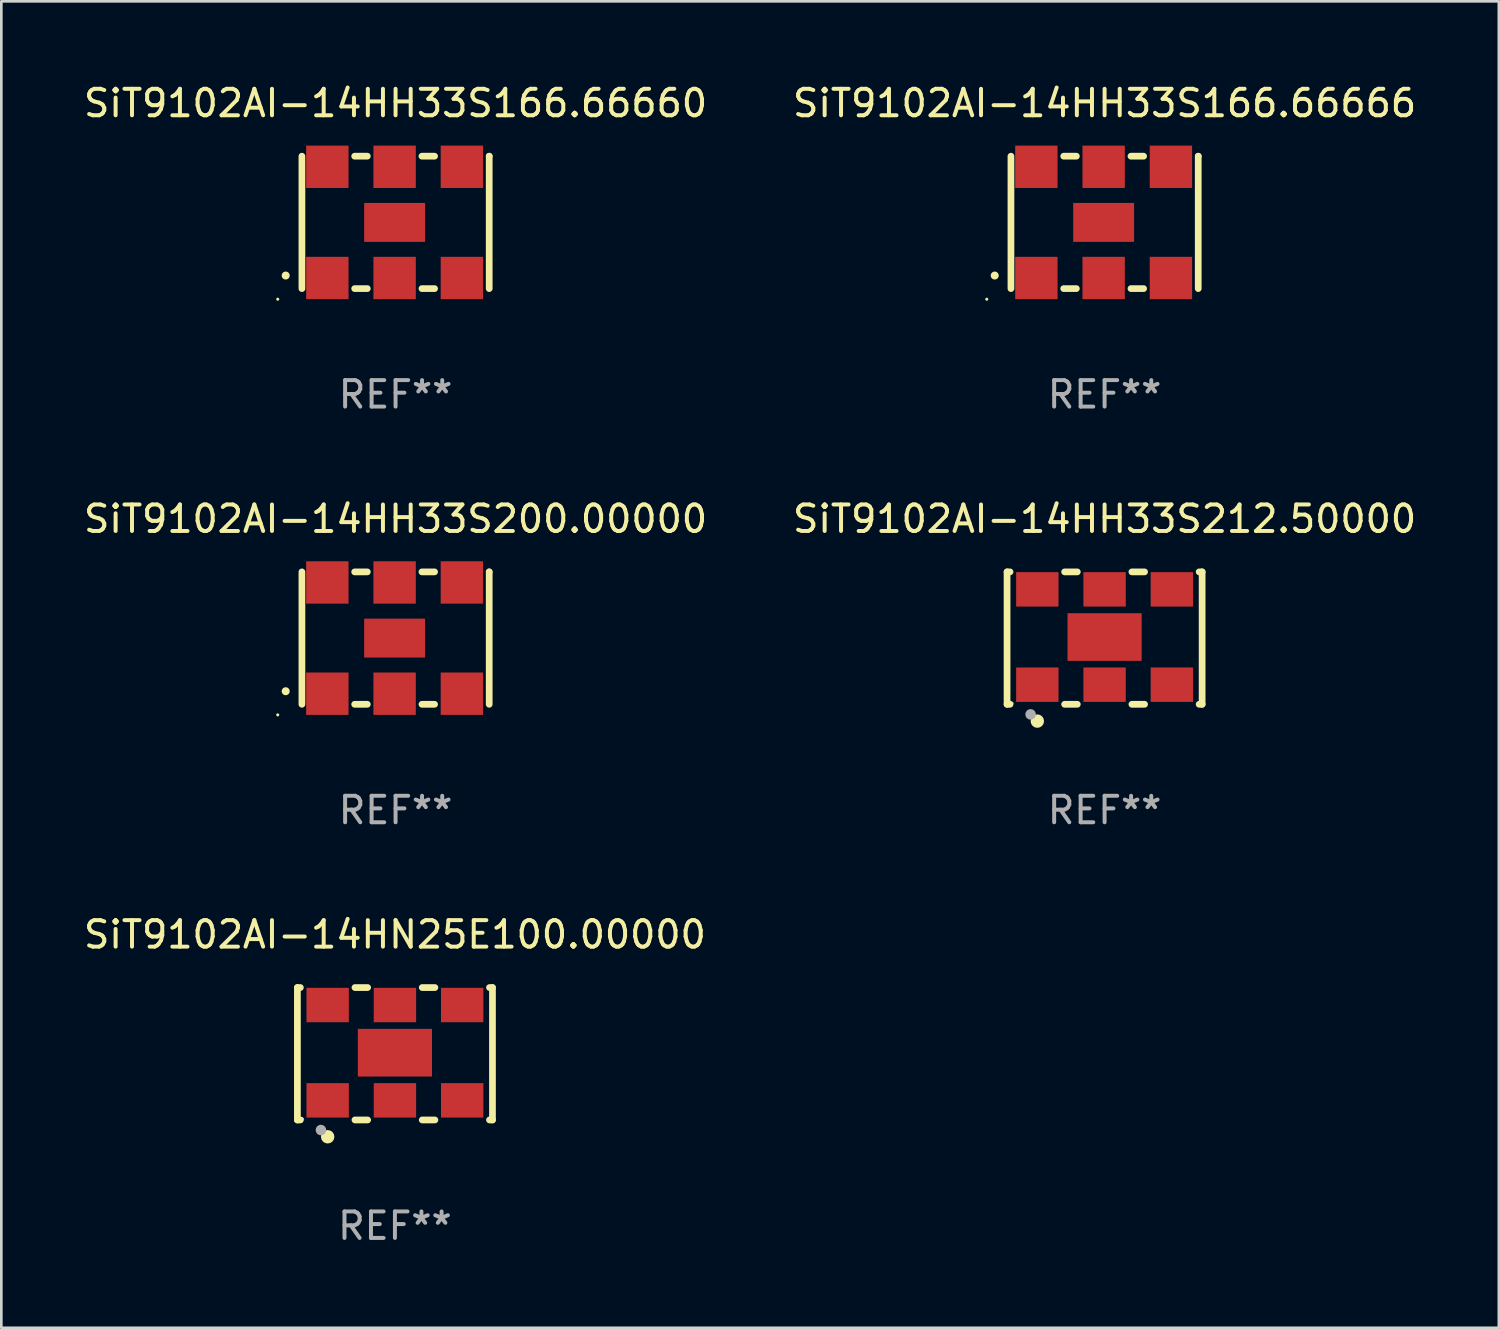
<source format=kicad_pcb>
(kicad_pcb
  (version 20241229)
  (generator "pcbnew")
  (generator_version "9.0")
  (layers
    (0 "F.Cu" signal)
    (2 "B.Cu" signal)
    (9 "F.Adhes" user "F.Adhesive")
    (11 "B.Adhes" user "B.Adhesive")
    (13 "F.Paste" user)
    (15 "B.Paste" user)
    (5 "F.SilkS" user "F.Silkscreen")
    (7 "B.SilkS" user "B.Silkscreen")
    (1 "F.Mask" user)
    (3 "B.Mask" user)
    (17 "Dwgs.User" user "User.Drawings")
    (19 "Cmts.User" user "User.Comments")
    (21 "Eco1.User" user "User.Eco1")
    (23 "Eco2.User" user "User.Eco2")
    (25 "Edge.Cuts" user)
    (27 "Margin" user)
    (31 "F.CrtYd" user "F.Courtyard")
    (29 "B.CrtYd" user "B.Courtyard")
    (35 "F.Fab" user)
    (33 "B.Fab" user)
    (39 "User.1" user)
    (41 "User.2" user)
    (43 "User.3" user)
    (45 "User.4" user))
  (footprint "SiT9102AI-14HH33S212.50000"
    (layer "F.Cu")
    (at 38.661 21.045)
    (property "Reference" "SiT9102AI-14HH33S212.50000" (at 0 -4.5 0) (layer "F.SilkS") (effects (font (size 1 1) (thickness 0.15))))
    (attr through_hole)
    (fp_line (start -3.683 -2.5) (end -3.571 -2.5) (stroke (width 0.254) (type solid)) (layer "F.SilkS"))
    (fp_line (start -3.683 2.5) (end -3.683 -2.5) (stroke (width 0.254) (type solid)) (layer "F.SilkS"))
    (fp_line (start -3.683 2.5) (end -3.571 2.5) (stroke (width 0.254) (type solid)) (layer "F.SilkS"))
    (fp_line (start -1.509 -2.5) (end -1.031 -2.5) (stroke (width 0.254) (type solid)) (layer "F.SilkS"))
    (fp_line (start -1.509 2.5) (end -1.031 2.5) (stroke (width 0.254) (type solid)) (layer "F.SilkS"))
    (fp_line (start 1.031 -2.5) (end 1.509 -2.5) (stroke (width 0.254) (type solid)) (layer "F.SilkS"))
    (fp_line (start 1.031 2.5) (end 1.509 2.5) (stroke (width 0.254) (type solid)) (layer "F.SilkS"))
    (fp_line (start 3.571 -2.5) (end 3.683 -2.5) (stroke (width 0.254) (type solid)) (layer "F.SilkS"))
    (fp_line (start 3.571 2.5) (end 3.683 2.5) (stroke (width 0.254) (type solid)) (layer "F.SilkS"))
    (fp_line (start 3.683 2.5) (end 3.683 -2.5) (stroke (width 0.254) (type solid)) (layer "F.SilkS"))
    (fp_circle (center -3.5 2.46) (end -3.47 2.46) (stroke (width 0.06) (type solid)) (fill no) (layer "F.SilkS"))
    (fp_circle (center -2.54 3.135) (end -2.413 3.135) (stroke (width 0.254) (type solid)) (fill no) (layer "F.SilkS"))
    (fp_circle (center -2.794 2.881) (end -2.694 2.881) (stroke (width 0.2) (type solid)) (fill no) (layer "F.Fab"))
    (fp_text user "REF**" (at 0 6.5 0) (layer "F.Fab") (effects (font (size 1 1) (thickness 0.15))))
    (pad "1" smd rect (at -2.54 1.76) (size 1.6 1.3) (layers "F.Cu" "F.Mask" "F.Paste"))
    (pad "2" smd rect (at 0 1.76) (size 1.6 1.3) (layers "F.Cu" "F.Mask" "F.Paste"))
    (pad "3" smd rect (at 2.54 1.76) (size 1.6 1.3) (layers "F.Cu" "F.Mask" "F.Paste"))
    (pad "4" smd rect (at 2.54 -1.84) (size 1.6 1.3) (layers "F.Cu" "F.Mask" "F.Paste"))
    (pad "5" smd rect (at 0 -1.84) (size 1.6 1.3) (layers "F.Cu" "F.Mask" "F.Paste"))
    (pad "6" smd rect (at -2.54 -1.84) (size 1.6 1.3) (layers "F.Cu" "F.Mask" "F.Paste"))
    (pad "7" smd rect (at 0 -0.04) (size 2.8 1.8) (layers "F.Cu" "F.Mask" "F.Paste")))
  (footprint "SiT9102AI-14HH33S166.66666"
    (layer "F.Cu")
    (at 38.661 5.348)
    (property "Reference" "SiT9102AI-14HH33S166.66666" (at 0 -4.5 0) (layer "F.SilkS") (effects (font (size 1 1) (thickness 0.15))))
    (attr through_hole)
    (fp_line (start -3.536 -2.5) (end -3.536 2.5) (stroke (width 0.254) (type solid)) (layer "F.SilkS"))
    (fp_line (start -1.544 2.5) (end -1.067 2.5) (stroke (width 0.254) (type solid)) (layer "F.SilkS"))
    (fp_line (start -1.067 -2.5) (end -1.544 -2.5) (stroke (width 0.254) (type solid)) (layer "F.SilkS"))
    (fp_line (start 0.996 2.5) (end 1.473 2.5) (stroke (width 0.254) (type solid)) (layer "F.SilkS"))
    (fp_line (start 1.473 -2.5) (end 0.996 -2.5) (stroke (width 0.254) (type solid)) (layer "F.SilkS"))
    (fp_line (start 3.536 -2.5) (end 3.536 -2.5) (stroke (width 0.254) (type solid)) (layer "F.SilkS"))
    (fp_line (start 3.536 2.5) (end 3.536 -2.5) (stroke (width 0.254) (type solid)) (layer "F.SilkS"))
    (fp_arc (start -4.150432 2.006604) (mid -4.149162 2.006599) (end -4.147892 2.006604) (stroke (width 0.3) (type solid)) (layer "F.SilkS"))
    (fp_circle (center -4.449 2.9) (end -4.419 2.9) (stroke (width 0.06) (type solid)) (fill no) (layer "F.SilkS"))
    (fp_text user "REF**" (at 0 6.5 0) (layer "F.Fab") (effects (font (size 1 1) (thickness 0.15))))
    (pad "1" smd rect (at -2.576 2.1) (size 1.6 1.6) (layers "F.Cu" "F.Mask" "F.Paste"))
    (pad "2" smd rect (at -0.036 2.1) (size 1.6 1.6) (layers "F.Cu" "F.Mask" "F.Paste"))
    (pad "3" smd rect (at 2.504 2.1) (size 1.6 1.6) (layers "F.Cu" "F.Mask" "F.Paste"))
    (pad "4" smd rect (at 2.504 -2.1) (size 1.6 1.6) (layers "F.Cu" "F.Mask" "F.Paste"))
    (pad "5" smd rect (at -0.036 -2.1) (size 1.6 1.6) (layers "F.Cu" "F.Mask" "F.Paste"))
    (pad "6" smd rect (at -2.576 -2.1) (size 1.6 1.6) (layers "F.Cu" "F.Mask" "F.Paste"))
    (pad "7" smd rect (at -0.036 0) (size 2.3 1.47) (layers "F.Cu" "F.Mask" "F.Paste")))
  (footprint "SiT9102AI-14HN25E100.00000"
    (layer "F.Cu")
    (at 11.863 36.741)
    (property "Reference" "SiT9102AI-14HN25E100.00000" (at 0 -4.5 0) (layer "F.SilkS") (effects (font (size 1 1) (thickness 0.15))))
    (attr through_hole)
    (fp_line (start -3.683 -2.5) (end -3.571 -2.5) (stroke (width 0.254) (type solid)) (layer "F.SilkS"))
    (fp_line (start -3.683 2.5) (end -3.683 -2.5) (stroke (width 0.254) (type solid)) (layer "F.SilkS"))
    (fp_line (start -3.683 2.5) (end -3.571 2.5) (stroke (width 0.254) (type solid)) (layer "F.SilkS"))
    (fp_line (start -1.509 -2.5) (end -1.031 -2.5) (stroke (width 0.254) (type solid)) (layer "F.SilkS"))
    (fp_line (start -1.509 2.5) (end -1.031 2.5) (stroke (width 0.254) (type solid)) (layer "F.SilkS"))
    (fp_line (start 1.031 -2.5) (end 1.509 -2.5) (stroke (width 0.254) (type solid)) (layer "F.SilkS"))
    (fp_line (start 1.031 2.5) (end 1.509 2.5) (stroke (width 0.254) (type solid)) (layer "F.SilkS"))
    (fp_line (start 3.571 -2.5) (end 3.683 -2.5) (stroke (width 0.254) (type solid)) (layer "F.SilkS"))
    (fp_line (start 3.571 2.5) (end 3.683 2.5) (stroke (width 0.254) (type solid)) (layer "F.SilkS"))
    (fp_line (start 3.683 2.5) (end 3.683 -2.5) (stroke (width 0.254) (type solid)) (layer "F.SilkS"))
    (fp_circle (center -3.5 2.46) (end -3.47 2.46) (stroke (width 0.06) (type solid)) (fill no) (layer "F.SilkS"))
    (fp_circle (center -2.54 3.135) (end -2.413 3.135) (stroke (width 0.254) (type solid)) (fill no) (layer "F.SilkS"))
    (fp_circle (center -2.794 2.881) (end -2.694 2.881) (stroke (width 0.2) (type solid)) (fill no) (layer "F.Fab"))
    (fp_text user "REF**" (at 0 6.5 0) (layer "F.Fab") (effects (font (size 1 1) (thickness 0.15))))
    (pad "1" smd rect (at -2.54 1.76) (size 1.6 1.3) (layers "F.Cu" "F.Mask" "F.Paste"))
    (pad "2" smd rect (at 0 1.76) (size 1.6 1.3) (layers "F.Cu" "F.Mask" "F.Paste"))
    (pad "3" smd rect (at 2.54 1.76) (size 1.6 1.3) (layers "F.Cu" "F.Mask" "F.Paste"))
    (pad "4" smd rect (at 2.54 -1.84) (size 1.6 1.3) (layers "F.Cu" "F.Mask" "F.Paste"))
    (pad "5" smd rect (at 0 -1.84) (size 1.6 1.3) (layers "F.Cu" "F.Mask" "F.Paste"))
    (pad "6" smd rect (at -2.54 -1.84) (size 1.6 1.3) (layers "F.Cu" "F.Mask" "F.Paste"))
    (pad "7" smd rect (at 0 -0.04) (size 2.8 1.8) (layers "F.Cu" "F.Mask" "F.Paste")))
  (footprint "SiT9102AI-14HH33S200.00000"
    (layer "F.Cu")
    (at 11.887 21.045)
    (property "Reference" "SiT9102AI-14HH33S200.00000" (at 0 -4.5 0) (layer "F.SilkS") (effects (font (size 1 1) (thickness 0.15))))
    (attr through_hole)
    (fp_line (start -3.536 -2.5) (end -3.536 2.5) (stroke (width 0.254) (type solid)) (layer "F.SilkS"))
    (fp_line (start -1.544 2.5) (end -1.067 2.5) (stroke (width 0.254) (type solid)) (layer "F.SilkS"))
    (fp_line (start -1.067 -2.5) (end -1.544 -2.5) (stroke (width 0.254) (type solid)) (layer "F.SilkS"))
    (fp_line (start 0.996 2.5) (end 1.473 2.5) (stroke (width 0.254) (type solid)) (layer "F.SilkS"))
    (fp_line (start 1.473 -2.5) (end 0.996 -2.5) (stroke (width 0.254) (type solid)) (layer "F.SilkS"))
    (fp_line (start 3.536 -2.5) (end 3.536 -2.5) (stroke (width 0.254) (type solid)) (layer "F.SilkS"))
    (fp_line (start 3.536 2.5) (end 3.536 -2.5) (stroke (width 0.254) (type solid)) (layer "F.SilkS"))
    (fp_arc (start -4.150432 2.006604) (mid -4.149162 2.006599) (end -4.147892 2.006604) (stroke (width 0.3) (type solid)) (layer "F.SilkS"))
    (fp_circle (center -4.449 2.9) (end -4.419 2.9) (stroke (width 0.06) (type solid)) (fill no) (layer "F.SilkS"))
    (fp_text user "REF**" (at 0 6.5 0) (layer "F.Fab") (effects (font (size 1 1) (thickness 0.15))))
    (pad "1" smd rect (at -2.576 2.1) (size 1.6 1.6) (layers "F.Cu" "F.Mask" "F.Paste"))
    (pad "2" smd rect (at -0.036 2.1) (size 1.6 1.6) (layers "F.Cu" "F.Mask" "F.Paste"))
    (pad "3" smd rect (at 2.504 2.1) (size 1.6 1.6) (layers "F.Cu" "F.Mask" "F.Paste"))
    (pad "4" smd rect (at 2.504 -2.1) (size 1.6 1.6) (layers "F.Cu" "F.Mask" "F.Paste"))
    (pad "5" smd rect (at -0.036 -2.1) (size 1.6 1.6) (layers "F.Cu" "F.Mask" "F.Paste"))
    (pad "6" smd rect (at -2.576 -2.1) (size 1.6 1.6) (layers "F.Cu" "F.Mask" "F.Paste"))
    (pad "7" smd rect (at -0.036 0) (size 2.3 1.47) (layers "F.Cu" "F.Mask" "F.Paste")))
  (footprint "SiT9102AI-14HH33S166.66660"
    (layer "F.Cu")
    (at 11.887 5.348)
    (property "Reference" "SiT9102AI-14HH33S166.66660" (at 0 -4.5 0) (layer "F.SilkS") (effects (font (size 1 1) (thickness 0.15))))
    (attr through_hole)
    (fp_line (start -3.536 -2.5) (end -3.536 2.5) (stroke (width 0.254) (type solid)) (layer "F.SilkS"))
    (fp_line (start -1.544 2.5) (end -1.067 2.5) (stroke (width 0.254) (type solid)) (layer "F.SilkS"))
    (fp_line (start -1.067 -2.5) (end -1.544 -2.5) (stroke (width 0.254) (type solid)) (layer "F.SilkS"))
    (fp_line (start 0.996 2.5) (end 1.473 2.5) (stroke (width 0.254) (type solid)) (layer "F.SilkS"))
    (fp_line (start 1.473 -2.5) (end 0.996 -2.5) (stroke (width 0.254) (type solid)) (layer "F.SilkS"))
    (fp_line (start 3.536 -2.5) (end 3.536 -2.5) (stroke (width 0.254) (type solid)) (layer "F.SilkS"))
    (fp_line (start 3.536 2.5) (end 3.536 -2.5) (stroke (width 0.254) (type solid)) (layer "F.SilkS"))
    (fp_arc (start -4.150432 2.006604) (mid -4.149162 2.006599) (end -4.147892 2.006604) (stroke (width 0.3) (type solid)) (layer "F.SilkS"))
    (fp_circle (center -4.449 2.9) (end -4.419 2.9) (stroke (width 0.06) (type solid)) (fill no) (layer "F.SilkS"))
    (fp_text user "REF**" (at 0 6.5 0) (layer "F.Fab") (effects (font (size 1 1) (thickness 0.15))))
    (pad "1" smd rect (at -2.576 2.1) (size 1.6 1.6) (layers "F.Cu" "F.Mask" "F.Paste"))
    (pad "2" smd rect (at -0.036 2.1) (size 1.6 1.6) (layers "F.Cu" "F.Mask" "F.Paste"))
    (pad "3" smd rect (at 2.504 2.1) (size 1.6 1.6) (layers "F.Cu" "F.Mask" "F.Paste"))
    (pad "4" smd rect (at 2.504 -2.1) (size 1.6 1.6) (layers "F.Cu" "F.Mask" "F.Paste"))
    (pad "5" smd rect (at -0.036 -2.1) (size 1.6 1.6) (layers "F.Cu" "F.Mask" "F.Paste"))
    (pad "6" smd rect (at -2.576 -2.1) (size 1.6 1.6) (layers "F.Cu" "F.Mask" "F.Paste"))
    (pad "7" smd rect (at -0.036 0) (size 2.3 1.47) (layers "F.Cu" "F.Mask" "F.Paste")))
  (gr_rect
    (start -3 -3)
    (end 53.548 47.09)
    (stroke (width 0.1) (type default))
    (fill no)
    (layer "Edge.Cuts")))
</source>
